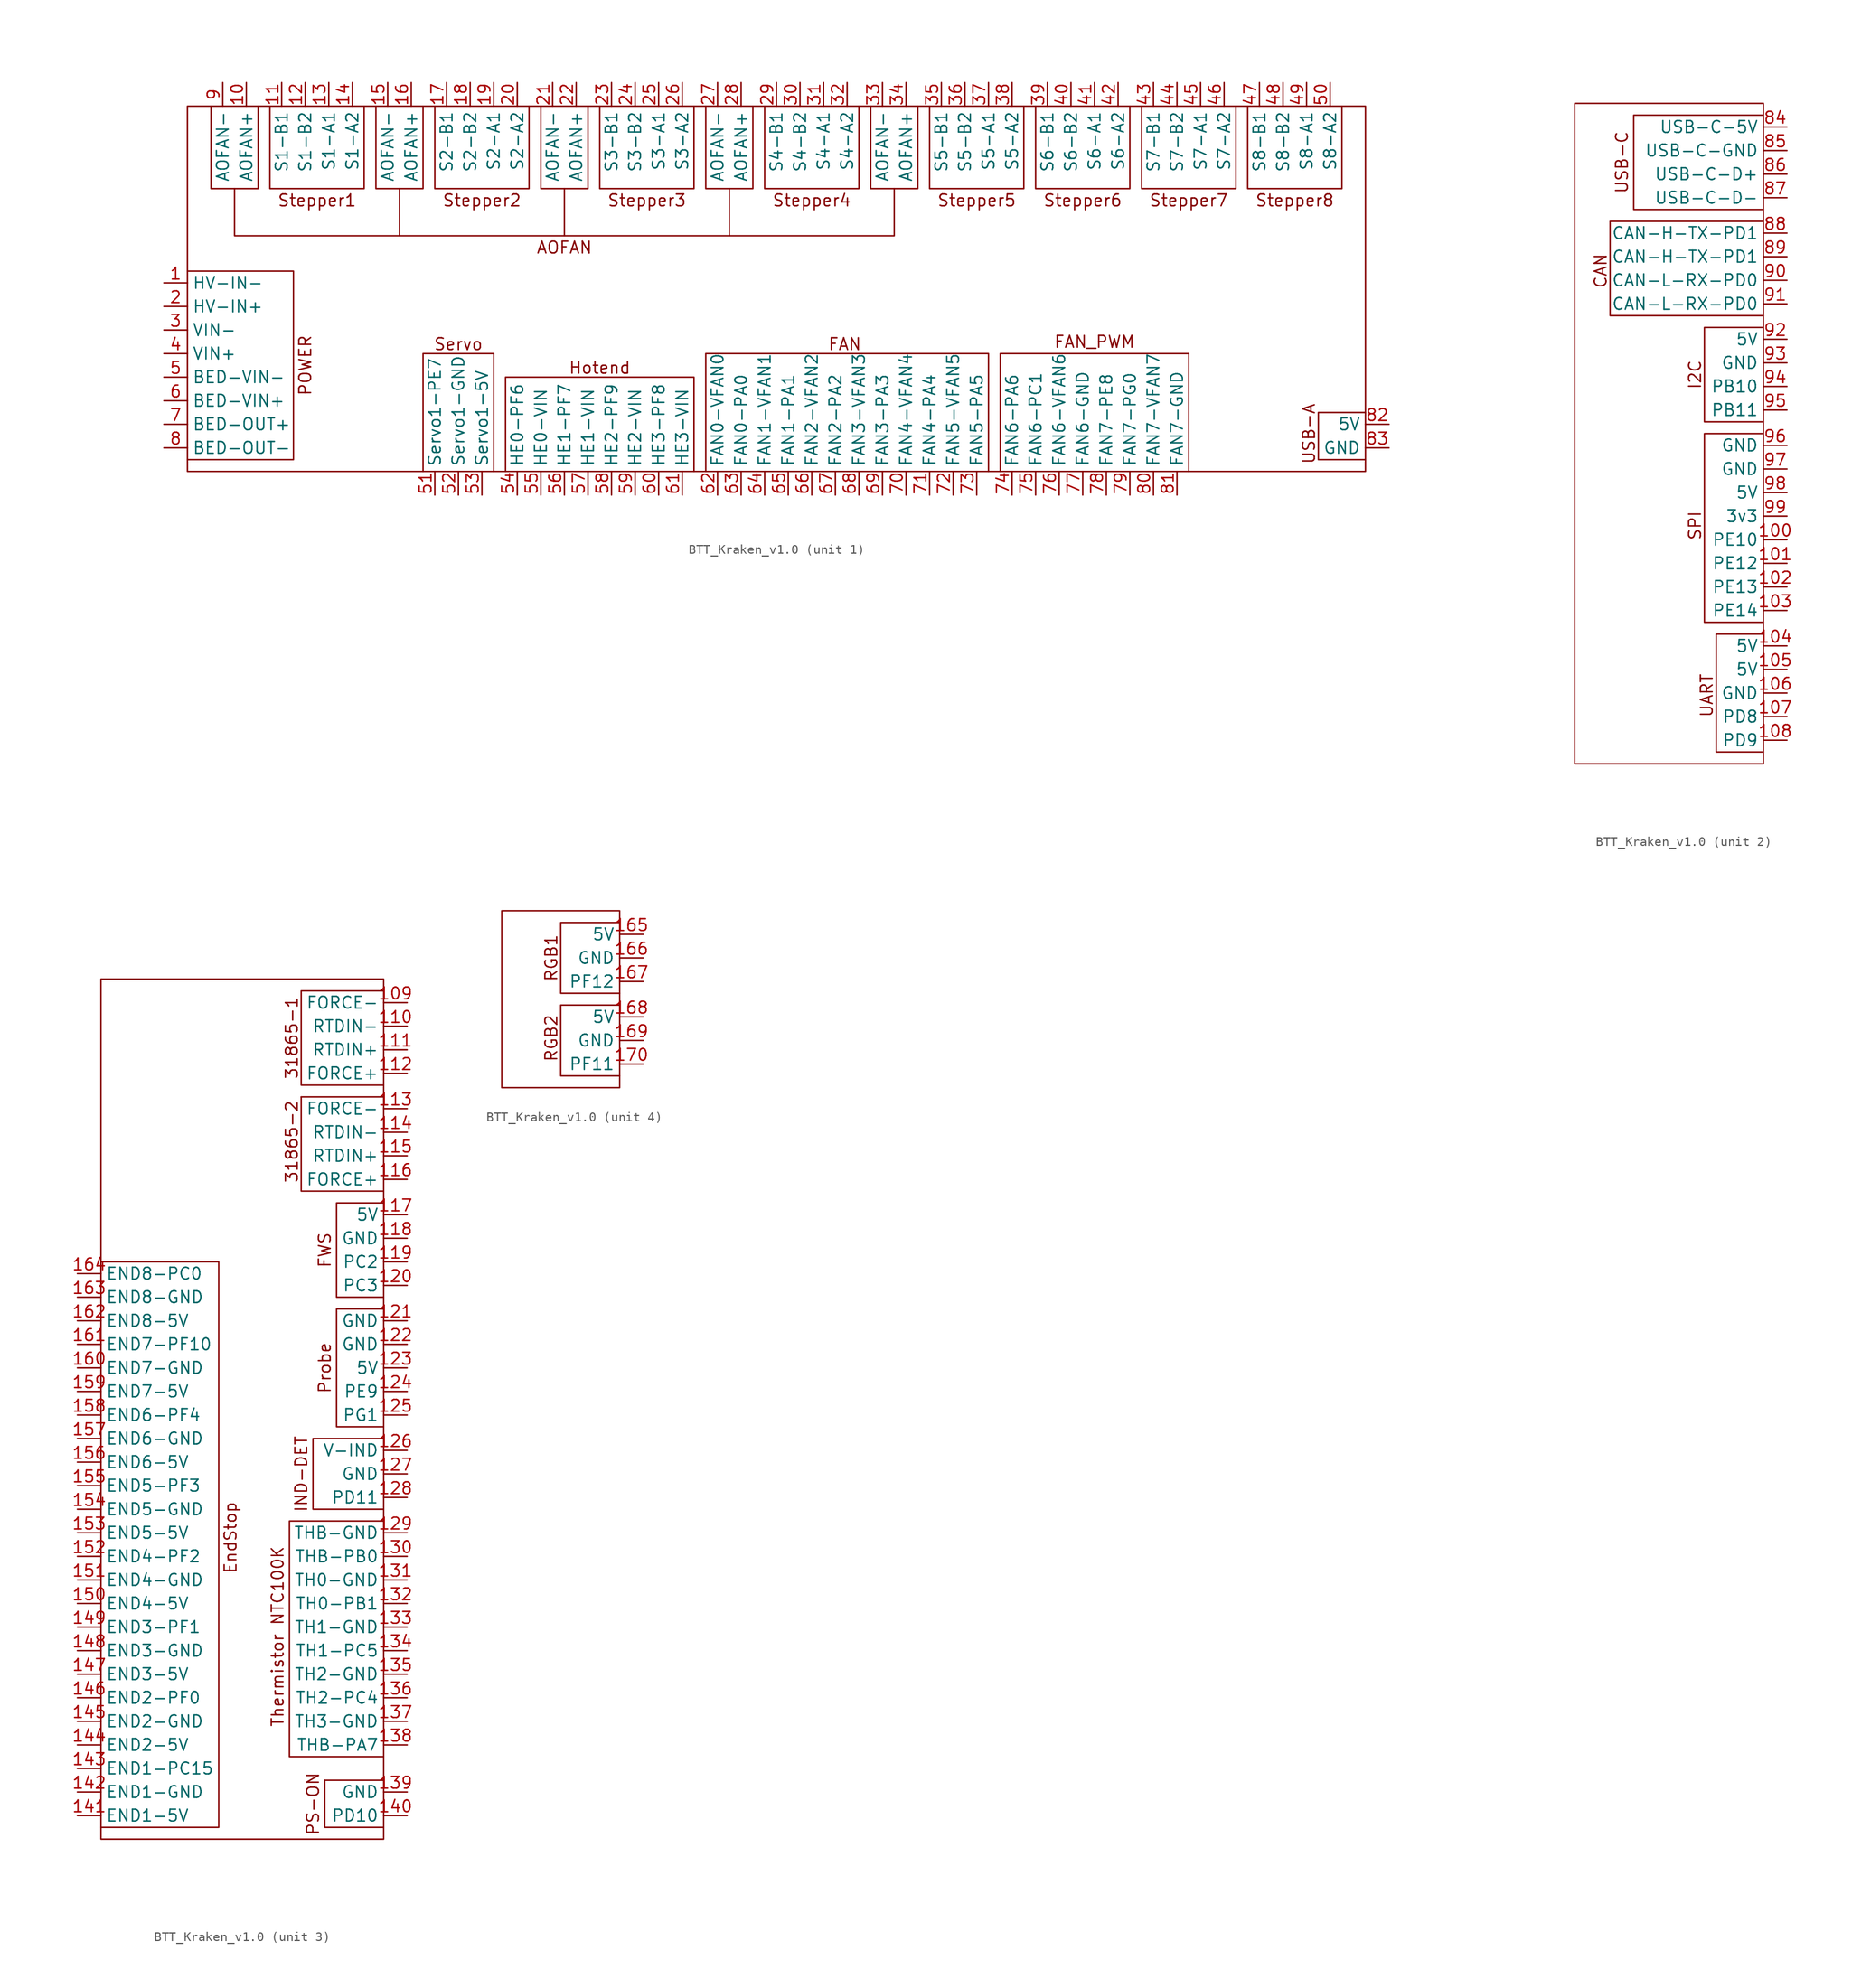
<source format=kicad_sym>
(kicad_symbol_lib
  (version 20241209)
  (generator "kicad_symbol_editor")
  (generator_version "9.0")
  (symbol "BTT_Kraken_v1.0"
    (property "Reference" "KrakenV1.0"
      (at 6.096 -2.032 0)
      (effects (font (size 1.27 1.27)) (hide yes)))
    (property "Value" ""
      (at 0 0 0)
      (effects (font (size 1.27 1.27))))
    (property "ki_locked" ""
      (at 0 0 0)
      (effects (font (size 1.27 1.27))))
    (symbol "BTT_Kraken_v1.0_1_1"
      (rectangle (start -115.57 39.37) (end 11.43 0) (stroke (width 0) (type solid)) (fill (type none)))
      (polyline (pts (xy -115.57 1.27) (xy -104.14 1.27) (xy -104.14 21.59) (xy -115.57 21.59)) (stroke (width 0) (type default)) (fill (type none)))
      (polyline (pts (xy -113.03 39.37) (xy -113.03 30.48) (xy -107.95 30.48) (xy -107.95 39.37)) (stroke (width 0) (type default)) (fill (type none)))
      (polyline (pts (xy -110.49 30.48) (xy -110.49 25.4) (xy -39.37 25.4) (xy -39.37 30.48)) (stroke (width 0) (type default)) (fill (type none)))
      (polyline (pts (xy -106.68 39.37) (xy -106.68 30.48) (xy -96.52 30.48) (xy -96.52 39.37)) (stroke (width 0) (type default)) (fill (type none)))
      (polyline (pts (xy -95.25 39.37) (xy -95.25 30.48) (xy -90.17 30.48) (xy -90.17 39.37)) (stroke (width 0) (type default)) (fill (type none)))
      (polyline (pts (xy -92.71 30.48) (xy -92.71 25.4)) (stroke (width 0) (type default)) (fill (type none)))
      (polyline (pts (xy -88.9 39.37) (xy -88.9 30.48) (xy -78.74 30.48) (xy -78.74 39.37)) (stroke (width 0) (type default)) (fill (type none)))
      (polyline (pts (xy -82.55 0) (xy -82.55 12.7) (xy -90.17 12.7) (xy -90.17 0)) (stroke (width 0) (type default)) (fill (type none)))
      (polyline (pts (xy -81.28 0) (xy -81.28 10.16) (xy -60.96 10.16) (xy -60.96 0)) (stroke (width 0) (type default)) (fill (type none)))
      (polyline (pts (xy -77.47 39.37) (xy -77.47 30.48) (xy -72.39 30.48) (xy -72.39 39.37)) (stroke (width 0) (type default)) (fill (type none)))
      (polyline (pts (xy -74.93 30.48) (xy -74.93 25.4)) (stroke (width 0) (type default)) (fill (type none)))
      (polyline (pts (xy -71.12 39.37) (xy -71.12 30.48) (xy -60.96 30.48) (xy -60.96 39.37)) (stroke (width 0) (type default)) (fill (type none)))
      (polyline (pts (xy -59.69 39.37) (xy -59.69 30.48) (xy -54.61 30.48) (xy -54.61 39.37)) (stroke (width 0) (type default)) (fill (type none)))
      (polyline (pts (xy -59.69 0) (xy -59.69 12.7) (xy -29.21 12.7) (xy -29.21 0)) (stroke (width 0) (type default)) (fill (type none)))
      (polyline (pts (xy -57.15 25.4) (xy -57.15 30.48)) (stroke (width 0) (type default)) (fill (type none)))
      (polyline (pts (xy -53.34 39.37) (xy -53.34 30.48) (xy -43.18 30.48) (xy -43.18 39.37)) (stroke (width 0) (type default)) (fill (type none)))
      (polyline (pts (xy -41.91 39.37) (xy -41.91 30.48) (xy -36.83 30.48) (xy -36.83 39.37)) (stroke (width 0) (type default)) (fill (type none)))
      (polyline (pts (xy -35.56 39.37) (xy -35.56 30.48) (xy -25.4 30.48) (xy -25.4 39.37)) (stroke (width 0) (type default)) (fill (type none)))
      (polyline (pts (xy -27.94 0) (xy -27.94 12.7) (xy -7.62 12.7)) (stroke (width 0) (type default)) (fill (type none)))
      (polyline (pts (xy -24.13 39.37) (xy -24.13 30.48) (xy -13.97 30.48) (xy -13.97 39.37)) (stroke (width 0) (type default)) (fill (type none)))
      (polyline (pts (xy -12.7 39.37) (xy -12.7 30.48) (xy -2.54 30.48) (xy -2.54 39.37)) (stroke (width 0) (type default)) (fill (type none)))
      (polyline (pts (xy -7.62 0) (xy -7.62 12.7)) (stroke (width 0) (type default)) (fill (type none)))
      (polyline (pts (xy -1.27 39.37) (xy -1.27 30.48) (xy 8.89 30.48) (xy 8.89 39.37)) (stroke (width 0) (type default)) (fill (type none)))
      (polyline (pts (xy 11.43 6.35) (xy 6.35 6.35) (xy 6.35 1.27) (xy 11.43 1.27)) (stroke (width 0) (type default)) (fill (type none)))
      (text "POWER" (at -102.87 11.43 900) (effects (font (size 1.27 1.27))))
      (text "Stepper1" (at -101.6 29.21 0) (effects (font (size 1.27 1.27))))
      (text "Servo" (at -86.36 13.716 0) (effects (font (size 1.27 1.27))))
      (text "Stepper2\n" (at -83.82 29.21 0) (effects (font (size 1.27 1.27))))
      (text "AOFAN" (at -74.93 24.13 0) (effects (font (size 1.27 1.27))))
      (text "Hotend" (at -71.12 11.176 0) (effects (font (size 1.27 1.27))))
      (text "Stepper3" (at -66.04 29.21 0) (effects (font (size 1.27 1.27))))
      (text "Stepper4" (at -48.26 29.21 0) (effects (font (size 1.27 1.27))))
      (text "FAN" (at -44.704 13.716 0) (effects (font (size 1.27 1.27))))
      (text "Stepper5" (at -30.48 29.21 0) (effects (font (size 1.27 1.27))))
      (text "Stepper6" (at -19.05 29.21 0) (effects (font (size 1.27 1.27))))
      (text "FAN_PWM" (at -17.78 13.97 0) (effects (font (size 1.27 1.27))))
      (text "Stepper7" (at -7.62 29.21 0) (effects (font (size 1.27 1.27))))
      (text "Stepper8" (at 3.81 29.21 0) (effects (font (size 1.27 1.27))))
      (text "USB-A" (at 5.334 4.064 900) (effects (font (size 1.27 1.27))))
      (pin input line (at -118.11 20.32 0) (length 2.54) (name "HV-IN-" (effects (font (size 1.27 1.27)))) (number "1" (effects (font (size 1.27 1.27)))))
      (pin input line (at -118.11 17.78 0) (length 2.54) (name "HV-IN+" (effects (font (size 1.27 1.27)))) (number "2" (effects (font (size 1.27 1.27)))))
      (pin input line (at -118.11 15.24 0) (length 2.54) (name "VIN-" (effects (font (size 1.27 1.27)))) (number "3" (effects (font (size 1.27 1.27)))))
      (pin input line (at -118.11 12.7 0) (length 2.54) (name "VIN+" (effects (font (size 1.27 1.27)))) (number "4" (effects (font (size 1.27 1.27)))))
      (pin input line (at -118.11 10.16 0) (length 2.54) (name "BED-VIN-" (effects (font (size 1.27 1.27)))) (number "5" (effects (font (size 1.27 1.27)))))
      (pin input line (at -118.11 7.62 0) (length 2.54) (name "BED-VIN+" (effects (font (size 1.27 1.27)))) (number "6" (effects (font (size 1.27 1.27)))))
      (pin input line (at -118.11 5.08 0) (length 2.54) (name "BED-OUT+" (effects (font (size 1.27 1.27)))) (number "7" (effects (font (size 1.27 1.27)))))
      (pin input line (at -118.11 2.54 0) (length 2.54) (name "BED-OUT-" (effects (font (size 1.27 1.27)))) (number "8" (effects (font (size 1.27 1.27)))))
      (pin output line (at -111.76 41.91 270) (length 2.54) (name "AOFAN-" (effects (font (size 1.27 1.27)))) (number "9" (effects (font (size 1.27 1.27)))))
      (pin output line (at -109.22 41.91 270) (length 2.54) (name "AOFAN+" (effects (font (size 1.27 1.27)))) (number "10" (effects (font (size 1.27 1.27)))))
      (pin output line (at -105.41 41.91 270) (length 2.54) (name "S1-B1" (effects (font (size 1.27 1.27)))) (number "11" (effects (font (size 1.27 1.27)))))
      (pin output line (at -102.87 41.91 270) (length 2.54) (name "S1-B2" (effects (font (size 1.27 1.27)))) (number "12" (effects (font (size 1.27 1.27)))))
      (pin output line (at -100.33 41.91 270) (length 2.54) (name "S1-A1" (effects (font (size 1.27 1.27)))) (number "13" (effects (font (size 1.27 1.27)))))
      (pin output line (at -97.79 41.91 270) (length 2.54) (name "S1-A2" (effects (font (size 1.27 1.27)))) (number "14" (effects (font (size 1.27 1.27)))))
      (pin output line (at -93.98 41.91 270) (length 2.54) (name "AOFAN-" (effects (font (size 1.27 1.27)))) (number "15" (effects (font (size 1.27 1.27)))))
      (pin output line (at -91.44 41.91 270) (length 2.54) (name "AOFAN+" (effects (font (size 1.27 1.27)))) (number "16" (effects (font (size 1.27 1.27)))))
      (pin output line (at -88.9 -2.54 90) (length 2.54) (name "Servo1-PE7" (effects (font (size 1.27 1.27)))) (number "51" (effects (font (size 1.27 1.27)))))
      (pin output line (at -87.63 41.91 270) (length 2.54) (name "S2-B1" (effects (font (size 1.27 1.27)))) (number "17" (effects (font (size 1.27 1.27)))))
      (pin output line (at -86.36 -2.54 90) (length 2.54) (name "Servo1-GND" (effects (font (size 1.27 1.27)))) (number "52" (effects (font (size 1.27 1.27)))))
      (pin output line (at -85.09 41.91 270) (length 2.54) (name "S2-B2" (effects (font (size 1.27 1.27)))) (number "18" (effects (font (size 1.27 1.27)))))
      (pin output line (at -83.82 -2.54 90) (length 2.54) (name "Servo1-5V" (effects (font (size 1.27 1.27)))) (number "53" (effects (font (size 1.27 1.27)))))
      (pin output line (at -82.55 41.91 270) (length 2.54) (name "S2-A1" (effects (font (size 1.27 1.27)))) (number "19" (effects (font (size 1.27 1.27)))))
      (pin output line (at -80.01 41.91 270) (length 2.54) (name "S2-A2" (effects (font (size 1.27 1.27)))) (number "20" (effects (font (size 1.27 1.27)))))
      (pin output line (at -80.01 -2.54 90) (length 2.54) (name "HE0-PF6" (effects (font (size 1.27 1.27)))) (number "54" (effects (font (size 1.27 1.27)))))
      (pin output line (at -77.47 -2.54 90) (length 2.54) (name "HE0-VIN" (effects (font (size 1.27 1.27)))) (number "55" (effects (font (size 1.27 1.27)))))
      (pin output line (at -76.2 41.91 270) (length 2.54) (name "AOFAN-" (effects (font (size 1.27 1.27)))) (number "21" (effects (font (size 1.27 1.27)))))
      (pin output line (at -74.93 -2.54 90) (length 2.54) (name "HE1-PF7" (effects (font (size 1.27 1.27)))) (number "56" (effects (font (size 1.27 1.27)))))
      (pin output line (at -73.66 41.91 270) (length 2.54) (name "AOFAN+" (effects (font (size 1.27 1.27)))) (number "22" (effects (font (size 1.27 1.27)))))
      (pin output line (at -72.39 -2.54 90) (length 2.54) (name "HE1-VIN" (effects (font (size 1.27 1.27)))) (number "57" (effects (font (size 1.27 1.27)))))
      (pin output line (at -69.85 41.91 270) (length 2.54) (name "S3-B1" (effects (font (size 1.27 1.27)))) (number "23" (effects (font (size 1.27 1.27)))))
      (pin output line (at -69.85 -2.54 90) (length 2.54) (name "HE2-PF9" (effects (font (size 1.27 1.27)))) (number "58" (effects (font (size 1.27 1.27)))))
      (pin output line (at -67.31 41.91 270) (length 2.54) (name "S3-B2" (effects (font (size 1.27 1.27)))) (number "24" (effects (font (size 1.27 1.27)))))
      (pin output line (at -67.31 -2.54 90) (length 2.54) (name "HE2-VIN" (effects (font (size 1.27 1.27)))) (number "59" (effects (font (size 1.27 1.27)))))
      (pin output line (at -64.77 41.91 270) (length 2.54) (name "S3-A1" (effects (font (size 1.27 1.27)))) (number "25" (effects (font (size 1.27 1.27)))))
      (pin output line (at -64.77 -2.54 90) (length 2.54) (name "HE3-PF8" (effects (font (size 1.27 1.27)))) (number "60" (effects (font (size 1.27 1.27)))))
      (pin output line (at -62.23 41.91 270) (length 2.54) (name "S3-A2" (effects (font (size 1.27 1.27)))) (number "26" (effects (font (size 1.27 1.27)))))
      (pin output line (at -62.23 -2.54 90) (length 2.54) (name "HE3-VIN" (effects (font (size 1.27 1.27)))) (number "61" (effects (font (size 1.27 1.27)))))
      (pin output line (at -58.42 41.91 270) (length 2.54) (name "AOFAN-" (effects (font (size 1.27 1.27)))) (number "27" (effects (font (size 1.27 1.27)))))
      (pin output line (at -58.42 -2.54 90) (length 2.54) (name "FAN0-VFAN0" (effects (font (size 1.27 1.27)))) (number "62" (effects (font (size 1.27 1.27)))))
      (pin output line (at -55.88 41.91 270) (length 2.54) (name "AOFAN+" (effects (font (size 1.27 1.27)))) (number "28" (effects (font (size 1.27 1.27)))))
      (pin output line (at -55.88 -2.54 90) (length 2.54) (name "FAN0-PA0" (effects (font (size 1.27 1.27)))) (number "63" (effects (font (size 1.27 1.27)))))
      (pin output line (at -53.34 -2.54 90) (length 2.54) (name "FAN1-VFAN1" (effects (font (size 1.27 1.27)))) (number "64" (effects (font (size 1.27 1.27)))))
      (pin output line (at -52.07 41.91 270) (length 2.54) (name "S4-B1" (effects (font (size 1.27 1.27)))) (number "29" (effects (font (size 1.27 1.27)))))
      (pin output line (at -50.8 -2.54 90) (length 2.54) (name "FAN1-PA1" (effects (font (size 1.27 1.27)))) (number "65" (effects (font (size 1.27 1.27)))))
      (pin output line (at -49.53 41.91 270) (length 2.54) (name "S4-B2" (effects (font (size 1.27 1.27)))) (number "30" (effects (font (size 1.27 1.27)))))
      (pin output line (at -48.26 -2.54 90) (length 2.54) (name "FAN2-VFAN2" (effects (font (size 1.27 1.27)))) (number "66" (effects (font (size 1.27 1.27)))))
      (pin output line (at -46.99 41.91 270) (length 2.54) (name "S4-A1" (effects (font (size 1.27 1.27)))) (number "31" (effects (font (size 1.27 1.27)))))
      (pin output line (at -45.72 -2.54 90) (length 2.54) (name "FAN2-PA2" (effects (font (size 1.27 1.27)))) (number "67" (effects (font (size 1.27 1.27)))))
      (pin output line (at -44.45 41.91 270) (length 2.54) (name "S4-A2" (effects (font (size 1.27 1.27)))) (number "32" (effects (font (size 1.27 1.27)))))
      (pin output line (at -43.18 -2.54 90) (length 2.54) (name "FAN3-VFAN3" (effects (font (size 1.27 1.27)))) (number "68" (effects (font (size 1.27 1.27)))))
      (pin output line (at -40.64 41.91 270) (length 2.54) (name "AOFAN-" (effects (font (size 1.27 1.27)))) (number "33" (effects (font (size 1.27 1.27)))))
      (pin output line (at -40.64 -2.54 90) (length 2.54) (name "FAN3-PA3" (effects (font (size 1.27 1.27)))) (number "69" (effects (font (size 1.27 1.27)))))
      (pin output line (at -38.1 41.91 270) (length 2.54) (name "AOFAN+" (effects (font (size 1.27 1.27)))) (number "34" (effects (font (size 1.27 1.27)))))
      (pin output line (at -38.1 -2.54 90) (length 2.54) (name "FAN4-VFAN4" (effects (font (size 1.27 1.27)))) (number "70" (effects (font (size 1.27 1.27)))))
      (pin output line (at -35.56 -2.54 90) (length 2.54) (name "FAN4-PA4" (effects (font (size 1.27 1.27)))) (number "71" (effects (font (size 1.27 1.27)))))
      (pin output line (at -34.29 41.91 270) (length 2.54) (name "S5-B1" (effects (font (size 1.27 1.27)))) (number "35" (effects (font (size 1.27 1.27)))))
      (pin output line (at -33.02 -2.54 90) (length 2.54) (name "FAN5-VFAN5" (effects (font (size 1.27 1.27)))) (number "72" (effects (font (size 1.27 1.27)))))
      (pin output line (at -31.75 41.91 270) (length 2.54) (name "S5-B2" (effects (font (size 1.27 1.27)))) (number "36" (effects (font (size 1.27 1.27)))))
      (pin output line (at -30.48 -2.54 90) (length 2.54) (name "FAN5-PA5" (effects (font (size 1.27 1.27)))) (number "73" (effects (font (size 1.27 1.27)))))
      (pin output line (at -29.21 41.91 270) (length 2.54) (name "S5-A1" (effects (font (size 1.27 1.27)))) (number "37" (effects (font (size 1.27 1.27)))))
      (pin output line (at -26.67 41.91 270) (length 2.54) (name "S5-A2" (effects (font (size 1.27 1.27)))) (number "38" (effects (font (size 1.27 1.27)))))
      (pin output line (at -26.67 -2.54 90) (length 2.54) (name "FAN6-PA6" (effects (font (size 1.27 1.27)))) (number "74" (effects (font (size 1.27 1.27)))))
      (pin output line (at -24.13 -2.54 90) (length 2.54) (name "FAN6-PC1" (effects (font (size 1.27 1.27)))) (number "75" (effects (font (size 1.27 1.27)))))
      (pin output line (at -22.86 41.91 270) (length 2.54) (name "S6-B1" (effects (font (size 1.27 1.27)))) (number "39" (effects (font (size 1.27 1.27)))))
      (pin output line (at -21.59 -2.54 90) (length 2.54) (name "FAN6-VFAN6" (effects (font (size 1.27 1.27)))) (number "76" (effects (font (size 1.27 1.27)))))
      (pin output line (at -20.32 41.91 270) (length 2.54) (name "S6-B2" (effects (font (size 1.27 1.27)))) (number "40" (effects (font (size 1.27 1.27)))))
      (pin output line (at -19.05 -2.54 90) (length 2.54) (name "FAN6-GND" (effects (font (size 1.27 1.27)))) (number "77" (effects (font (size 1.27 1.27)))))
      (pin output line (at -17.78 41.91 270) (length 2.54) (name "S6-A1" (effects (font (size 1.27 1.27)))) (number "41" (effects (font (size 1.27 1.27)))))
      (pin output line (at -16.51 -2.54 90) (length 2.54) (name "FAN7-PE8" (effects (font (size 1.27 1.27)))) (number "78" (effects (font (size 1.27 1.27)))))
      (pin output line (at -15.24 41.91 270) (length 2.54) (name "S6-A2" (effects (font (size 1.27 1.27)))) (number "42" (effects (font (size 1.27 1.27)))))
      (pin output line (at -13.97 -2.54 90) (length 2.54) (name "FAN7-PG0" (effects (font (size 1.27 1.27)))) (number "79" (effects (font (size 1.27 1.27)))))
      (pin output line (at -11.43 41.91 270) (length 2.54) (name "S7-B1" (effects (font (size 1.27 1.27)))) (number "43" (effects (font (size 1.27 1.27)))))
      (pin output line (at -11.43 -2.54 90) (length 2.54) (name "FAN7-VFAN7" (effects (font (size 1.27 1.27)))) (number "80" (effects (font (size 1.27 1.27)))))
      (pin output line (at -8.89 41.91 270) (length 2.54) (name "S7-B2" (effects (font (size 1.27 1.27)))) (number "44" (effects (font (size 1.27 1.27)))))
      (pin output line (at -8.89 -2.54 90) (length 2.54) (name "FAN7-GND" (effects (font (size 1.27 1.27)))) (number "81" (effects (font (size 1.27 1.27)))))
      (pin output line (at -6.35 41.91 270) (length 2.54) (name "S7-A1" (effects (font (size 1.27 1.27)))) (number "45" (effects (font (size 1.27 1.27)))))
      (pin output line (at -3.81 41.91 270) (length 2.54) (name "S7-A2" (effects (font (size 1.27 1.27)))) (number "46" (effects (font (size 1.27 1.27)))))
      (pin output line (at 0 41.91 270) (length 2.54) (name "S8-B1" (effects (font (size 1.27 1.27)))) (number "47" (effects (font (size 1.27 1.27)))))
      (pin output line (at 2.54 41.91 270) (length 2.54) (name "S8-B2" (effects (font (size 1.27 1.27)))) (number "48" (effects (font (size 1.27 1.27)))))
      (pin output line (at 5.08 41.91 270) (length 2.54) (name "S8-A1" (effects (font (size 1.27 1.27)))) (number "49" (effects (font (size 1.27 1.27)))))
      (pin output line (at 7.62 41.91 270) (length 2.54) (name "S8-A2" (effects (font (size 1.27 1.27)))) (number "50" (effects (font (size 1.27 1.27)))))
      (pin output line (at 13.97 5.08 180) (length 2.54) (name "5V" (effects (font (size 1.27 1.27)))) (number "82" (effects (font (size 1.27 1.27)))))
      (pin output line (at 13.97 2.54 180) (length 2.54) (name "GND" (effects (font (size 1.27 1.27)))) (number "83" (effects (font (size 1.27 1.27))))))
    (symbol "BTT_Kraken_v1.0_2_1"
      (rectangle (start -8.89 71.12) (end 11.43 0) (stroke (width 0) (type default)) (fill (type none)))
      (polyline (pts (xy 11.43 69.85) (xy -2.54 69.85) (xy -2.54 59.69) (xy 11.43 59.69)) (stroke (width 0) (type default)) (fill (type none)))
      (polyline (pts (xy 11.43 58.42) (xy -5.08 58.42) (xy -5.08 48.26) (xy 11.43 48.26)) (stroke (width 0) (type default)) (fill (type none)))
      (polyline (pts (xy 11.43 46.99) (xy 5.08 46.99) (xy 5.08 36.83) (xy 11.43 36.83)) (stroke (width 0) (type default)) (fill (type none)))
      (polyline (pts (xy 11.43 15.24) (xy 5.08 15.24) (xy 5.08 35.56) (xy 11.43 35.56)) (stroke (width 0) (type default)) (fill (type none)))
      (polyline (pts (xy 11.43 13.97) (xy 6.35 13.97) (xy 6.35 1.27) (xy 11.43 1.27)) (stroke (width 0) (type default)) (fill (type none)))
      (text "CAN" (at -6.096 53.086 900) (effects (font (size 1.27 1.27))))
      (text "USB-C" (at -3.81 64.77 900) (effects (font (size 1.27 1.27))))
      (text "I2C" (at 4.064 41.91 900) (effects (font (size 1.27 1.27))))
      (text "SPI" (at 4.064 25.654 900) (effects (font (size 1.27 1.27))))
      (text "UART" (at 5.334 7.366 900) (effects (font (size 1.27 1.27))))
      (pin input line (at 13.97 68.58 180) (length 2.54) (name "USB-C-5V" (effects (font (size 1.27 1.27)))) (number "84" (effects (font (size 1.27 1.27)))))
      (pin input line (at 13.97 66.04 180) (length 2.54) (name "USB-C-GND" (effects (font (size 1.27 1.27)))) (number "85" (effects (font (size 1.27 1.27)))))
      (pin input line (at 13.97 63.5 180) (length 2.54) (name "USB-C-D+" (effects (font (size 1.27 1.27)))) (number "86" (effects (font (size 1.27 1.27)))))
      (pin input line (at 13.97 60.96 180) (length 2.54) (name "USB-C-D-" (effects (font (size 1.27 1.27)))) (number "87" (effects (font (size 1.27 1.27)))))
      (pin output line (at 13.97 57.15 180) (length 2.54) (name "CAN-H-TX-PD1" (effects (font (size 1.27 1.27)))) (number "88" (effects (font (size 1.27 1.27)))))
      (pin output line (at 13.97 54.61 180) (length 2.54) (name "CAN-H-TX-PD1" (effects (font (size 1.27 1.27)))) (number "89" (effects (font (size 1.27 1.27)))))
      (pin input line (at 13.97 52.07 180) (length 2.54) (name "CAN-L-RX-PD0" (effects (font (size 1.27 1.27)))) (number "90" (effects (font (size 1.27 1.27)))))
      (pin input line (at 13.97 49.53 180) (length 2.54) (name "CAN-L-RX-PD0" (effects (font (size 1.27 1.27)))) (number "91" (effects (font (size 1.27 1.27)))))
      (pin output line (at 13.97 45.72 180) (length 2.54) (name "5V" (effects (font (size 1.27 1.27)))) (number "92" (effects (font (size 1.27 1.27)))))
      (pin output line (at 13.97 43.18 180) (length 2.54) (name "GND" (effects (font (size 1.27 1.27)))) (number "93" (effects (font (size 1.27 1.27)))))
      (pin bidirectional line (at 13.97 40.64 180) (length 2.54) (name "PB10" (effects (font (size 1.27 1.27)))) (number "94" (effects (font (size 1.27 1.27)))))
      (pin bidirectional line (at 13.97 38.1 180) (length 2.54) (name "PB11" (effects (font (size 1.27 1.27)))) (number "95" (effects (font (size 1.27 1.27)))))
      (pin output line (at 13.97 34.29 180) (length 2.54) (name "GND" (effects (font (size 1.27 1.27)))) (number "96" (effects (font (size 1.27 1.27)))))
      (pin output line (at 13.97 31.75 180) (length 2.54) (name "GND" (effects (font (size 1.27 1.27)))) (number "97" (effects (font (size 1.27 1.27)))))
      (pin output line (at 13.97 29.21 180) (length 2.54) (name "5V" (effects (font (size 1.27 1.27)))) (number "98" (effects (font (size 1.27 1.27)))))
      (pin output line (at 13.97 26.67 180) (length 2.54) (name "3v3" (effects (font (size 1.27 1.27)))) (number "99" (effects (font (size 1.27 1.27)))))
      (pin output line (at 13.97 24.13 180) (length 2.54) (name "PE10" (effects (font (size 1.27 1.27)))) (number "100" (effects (font (size 1.27 1.27)))))
      (pin output line (at 13.97 21.59 180) (length 2.54) (name "PE12" (effects (font (size 1.27 1.27)))) (number "101" (effects (font (size 1.27 1.27)))))
      (pin output line (at 13.97 19.05 180) (length 2.54) (name "PE13" (effects (font (size 1.27 1.27)))) (number "102" (effects (font (size 1.27 1.27)))))
      (pin output line (at 13.97 16.51 180) (length 2.54) (name "PE14" (effects (font (size 1.27 1.27)))) (number "103" (effects (font (size 1.27 1.27)))))
      (pin output line (at 13.97 12.7 180) (length 2.54) (name "5V" (effects (font (size 1.27 1.27)))) (number "104" (effects (font (size 1.27 1.27)))))
      (pin output line (at 13.97 10.16 180) (length 2.54) (name "5V" (effects (font (size 1.27 1.27)))) (number "105" (effects (font (size 1.27 1.27)))))
      (pin output line (at 13.97 7.62 180) (length 2.54) (name "GND" (effects (font (size 1.27 1.27)))) (number "106" (effects (font (size 1.27 1.27)))))
      (pin output line (at 13.97 5.08 180) (length 2.54) (name "PD8" (effects (font (size 1.27 1.27)))) (number "107" (effects (font (size 1.27 1.27)))))
      (pin output line (at 13.97 2.54 180) (length 2.54) (name "PD9" (effects (font (size 1.27 1.27)))) (number "108" (effects (font (size 1.27 1.27))))))
    (symbol "BTT_Kraken_v1.0_3_1"
      (rectangle (start -19.05 92.71) (end 11.43 0) (stroke (width 0) (type default)) (fill (type none)))
      (polyline (pts (xy -19.05 1.27) (xy -6.35 1.27) (xy -6.35 62.23) (xy -19.05 62.23)) (stroke (width 0) (type default)) (fill (type none)))
      (polyline (pts (xy 2.54 80.01) (xy 2.54 69.85) (xy 11.43 69.85)) (stroke (width 0) (type default)) (fill (type none)))
      (polyline (pts (xy 5.08 6.35) (xy 5.08 1.27) (xy 11.43 1.27)) (stroke (width 0) (type default)) (fill (type none)))
      (polyline (pts (xy 11.43 91.44) (xy 2.54 91.44) (xy 2.54 81.28) (xy 11.43 81.28)) (stroke (width 0) (type default)) (fill (type none)))
      (polyline (pts (xy 11.43 80.01) (xy 2.54 80.01)) (stroke (width 0) (type default)) (fill (type none)))
      (polyline (pts (xy 11.43 68.58) (xy 6.35 68.58) (xy 6.35 58.42) (xy 11.43 58.42)) (stroke (width 0) (type default)) (fill (type none)))
      (polyline (pts (xy 11.43 57.15) (xy 6.35 57.15) (xy 6.35 44.45) (xy 11.43 44.45)) (stroke (width 0) (type default)) (fill (type none)))
      (polyline (pts (xy 11.43 43.18) (xy 3.81 43.18) (xy 3.81 35.56) (xy 11.43 35.56)) (stroke (width 0) (type default)) (fill (type none)))
      (polyline (pts (xy 11.43 34.29) (xy 1.27 34.29) (xy 1.27 8.89) (xy 11.43 8.89)) (stroke (width 0) (type default)) (fill (type none)))
      (polyline (pts (xy 11.43 6.35) (xy 5.08 6.35)) (stroke (width 0) (type default)) (fill (type none)))
      (text "EndStop" (at -5.08 32.512 900) (effects (font (size 1.27 1.27))))
      (text "Thermistor NTC100K" (at 0 21.844 900) (effects (font (size 1.27 1.27))))
      (text "31865-1" (at 1.524 86.36 900) (effects (font (size 1.27 1.27))))
      (text "31865-2" (at 1.524 75.184 900) (effects (font (size 1.27 1.27))))
      (text "IND-DET" (at 2.54 39.37 900) (effects (font (size 1.27 1.27))))
      (text "PS-ON" (at 3.81 3.81 900) (effects (font (size 1.27 1.27))))
      (text "FWS" (at 5.08 63.5 900) (effects (font (size 1.27 1.27))))
      (text "Probe" (at 5.08 50.8 900) (effects (font (size 1.27 1.27))))
      (pin input line (at -21.59 60.96 0) (length 2.54) (name "END8-PC0" (effects (font (size 1.27 1.27)))) (number "164" (effects (font (size 1.27 1.27)))))
      (pin output line (at -21.59 58.42 0) (length 2.54) (name "END8-GND" (effects (font (size 1.27 1.27)))) (number "163" (effects (font (size 1.27 1.27)))))
      (pin output line (at -21.59 55.88 0) (length 2.54) (name "END8-5V" (effects (font (size 1.27 1.27)))) (number "162" (effects (font (size 1.27 1.27)))))
      (pin input line (at -21.59 53.34 0) (length 2.54) (name "END7-PF10" (effects (font (size 1.27 1.27)))) (number "161" (effects (font (size 1.27 1.27)))))
      (pin output line (at -21.59 50.8 0) (length 2.54) (name "END7-GND" (effects (font (size 1.27 1.27)))) (number "160" (effects (font (size 1.27 1.27)))))
      (pin output line (at -21.59 48.26 0) (length 2.54) (name "END7-5V" (effects (font (size 1.27 1.27)))) (number "159" (effects (font (size 1.27 1.27)))))
      (pin input line (at -21.59 45.72 0) (length 2.54) (name "END6-PF4" (effects (font (size 1.27 1.27)))) (number "158" (effects (font (size 1.27 1.27)))))
      (pin output line (at -21.59 43.18 0) (length 2.54) (name "END6-GND" (effects (font (size 1.27 1.27)))) (number "157" (effects (font (size 1.27 1.27)))))
      (pin output line (at -21.59 40.64 0) (length 2.54) (name "END6-5V" (effects (font (size 1.27 1.27)))) (number "156" (effects (font (size 1.27 1.27)))))
      (pin input line (at -21.59 38.1 0) (length 2.54) (name "END5-PF3" (effects (font (size 1.27 1.27)))) (number "155" (effects (font (size 1.27 1.27)))))
      (pin output line (at -21.59 35.56 0) (length 2.54) (name "END5-GND" (effects (font (size 1.27 1.27)))) (number "154" (effects (font (size 1.27 1.27)))))
      (pin output line (at -21.59 33.02 0) (length 2.54) (name "END5-5V" (effects (font (size 1.27 1.27)))) (number "153" (effects (font (size 1.27 1.27)))))
      (pin input line (at -21.59 30.48 0) (length 2.54) (name "END4-PF2" (effects (font (size 1.27 1.27)))) (number "152" (effects (font (size 1.27 1.27)))))
      (pin output line (at -21.59 27.94 0) (length 2.54) (name "END4-GND" (effects (font (size 1.27 1.27)))) (number "151" (effects (font (size 1.27 1.27)))))
      (pin output line (at -21.59 25.4 0) (length 2.54) (name "END4-5V" (effects (font (size 1.27 1.27)))) (number "150" (effects (font (size 1.27 1.27)))))
      (pin input line (at -21.59 22.86 0) (length 2.54) (name "END3-PF1" (effects (font (size 1.27 1.27)))) (number "149" (effects (font (size 1.27 1.27)))))
      (pin output line (at -21.59 20.32 0) (length 2.54) (name "END3-GND" (effects (font (size 1.27 1.27)))) (number "148" (effects (font (size 1.27 1.27)))))
      (pin output line (at -21.59 17.78 0) (length 2.54) (name "END3-5V" (effects (font (size 1.27 1.27)))) (number "147" (effects (font (size 1.27 1.27)))))
      (pin input line (at -21.59 15.24 0) (length 2.54) (name "END2-PF0" (effects (font (size 1.27 1.27)))) (number "146" (effects (font (size 1.27 1.27)))))
      (pin output line (at -21.59 12.7 0) (length 2.54) (name "END2-GND" (effects (font (size 1.27 1.27)))) (number "145" (effects (font (size 1.27 1.27)))))
      (pin output line (at -21.59 10.16 0) (length 2.54) (name "END2-5V" (effects (font (size 1.27 1.27)))) (number "144" (effects (font (size 1.27 1.27)))))
      (pin input line (at -21.59 7.62 0) (length 2.54) (name "END1-PC15" (effects (font (size 1.27 1.27)))) (number "143" (effects (font (size 1.27 1.27)))))
      (pin output line (at -21.59 5.08 0) (length 2.54) (name "END1-GND" (effects (font (size 1.27 1.27)))) (number "142" (effects (font (size 1.27 1.27)))))
      (pin output line (at -21.59 2.54 0) (length 2.54) (name "END1-5V" (effects (font (size 1.27 1.27)))) (number "141" (effects (font (size 1.27 1.27)))))
      (pin input line (at 13.97 90.17 180) (length 2.54) (name "FORCE-" (effects (font (size 1.27 1.27)))) (number "109" (effects (font (size 1.27 1.27)))))
      (pin input line (at 13.97 87.63 180) (length 2.54) (name "RTDIN-" (effects (font (size 1.27 1.27)))) (number "110" (effects (font (size 1.27 1.27)))))
      (pin input line (at 13.97 85.09 180) (length 2.54) (name "RTDIN+" (effects (font (size 1.27 1.27)))) (number "111" (effects (font (size 1.27 1.27)))))
      (pin input line (at 13.97 82.55 180) (length 2.54) (name "FORCE+" (effects (font (size 1.27 1.27)))) (number "112" (effects (font (size 1.27 1.27)))))
      (pin input line (at 13.97 78.74 180) (length 2.54) (name "FORCE-" (effects (font (size 1.27 1.27)))) (number "113" (effects (font (size 1.27 1.27)))))
      (pin input line (at 13.97 76.2 180) (length 2.54) (name "RTDIN-" (effects (font (size 1.27 1.27)))) (number "114" (effects (font (size 1.27 1.27)))))
      (pin input line (at 13.97 73.66 180) (length 2.54) (name "RTDIN+" (effects (font (size 1.27 1.27)))) (number "115" (effects (font (size 1.27 1.27)))))
      (pin input line (at 13.97 71.12 180) (length 2.54) (name "FORCE+" (effects (font (size 1.27 1.27)))) (number "116" (effects (font (size 1.27 1.27)))))
      (pin output line (at 13.97 67.31 180) (length 2.54) (name "5V" (effects (font (size 1.27 1.27)))) (number "117" (effects (font (size 1.27 1.27)))))
      (pin output line (at 13.97 64.77 180) (length 2.54) (name "GND" (effects (font (size 1.27 1.27)))) (number "118" (effects (font (size 1.27 1.27)))))
      (pin input line (at 13.97 62.23 180) (length 2.54) (name "PC2" (effects (font (size 1.27 1.27)))) (number "119" (effects (font (size 1.27 1.27)))))
      (pin input line (at 13.97 59.69 180) (length 2.54) (name "PC3" (effects (font (size 1.27 1.27)))) (number "120" (effects (font (size 1.27 1.27)))))
      (pin output line (at 13.97 55.88 180) (length 2.54) (name "GND" (effects (font (size 1.27 1.27)))) (number "121" (effects (font (size 1.27 1.27)))))
      (pin output line (at 13.97 53.34 180) (length 2.54) (name "GND" (effects (font (size 1.27 1.27)))) (number "122" (effects (font (size 1.27 1.27)))))
      (pin output line (at 13.97 50.8 180) (length 2.54) (name "5V" (effects (font (size 1.27 1.27)))) (number "123" (effects (font (size 1.27 1.27)))))
      (pin input line (at 13.97 48.26 180) (length 2.54) (name "PE9" (effects (font (size 1.27 1.27)))) (number "124" (effects (font (size 1.27 1.27)))))
      (pin input line (at 13.97 45.72 180) (length 2.54) (name "PG1" (effects (font (size 1.27 1.27)))) (number "125" (effects (font (size 1.27 1.27)))))
      (pin output line (at 13.97 41.91 180) (length 2.54) (name "V-IND" (effects (font (size 1.27 1.27)))) (number "126" (effects (font (size 1.27 1.27)))))
      (pin output line (at 13.97 39.37 180) (length 2.54) (name "GND" (effects (font (size 1.27 1.27)))) (number "127" (effects (font (size 1.27 1.27)))))
      (pin input line (at 13.97 36.83 180) (length 2.54) (name "PD11" (effects (font (size 1.27 1.27)))) (number "128" (effects (font (size 1.27 1.27)))))
      (pin output line (at 13.97 33.02 180) (length 2.54) (name "THB-GND" (effects (font (size 1.27 1.27)))) (number "129" (effects (font (size 1.27 1.27)))))
      (pin input line (at 13.97 30.48 180) (length 2.54) (name "THB-PB0" (effects (font (size 1.27 1.27)))) (number "130" (effects (font (size 1.27 1.27)))))
      (pin output line (at 13.97 27.94 180) (length 2.54) (name "TH0-GND" (effects (font (size 1.27 1.27)))) (number "131" (effects (font (size 1.27 1.27)))))
      (pin input line (at 13.97 25.4 180) (length 2.54) (name "TH0-PB1" (effects (font (size 1.27 1.27)))) (number "132" (effects (font (size 1.27 1.27)))))
      (pin output line (at 13.97 22.86 180) (length 2.54) (name "TH1-GND" (effects (font (size 1.27 1.27)))) (number "133" (effects (font (size 1.27 1.27)))))
      (pin input line (at 13.97 20.32 180) (length 2.54) (name "TH1-PC5" (effects (font (size 1.27 1.27)))) (number "134" (effects (font (size 1.27 1.27)))))
      (pin output line (at 13.97 17.78 180) (length 2.54) (name "TH2-GND" (effects (font (size 1.27 1.27)))) (number "135" (effects (font (size 1.27 1.27)))))
      (pin input line (at 13.97 15.24 180) (length 2.54) (name "TH2-PC4" (effects (font (size 1.27 1.27)))) (number "136" (effects (font (size 1.27 1.27)))))
      (pin output line (at 13.97 12.7 180) (length 2.54) (name "TH3-GND" (effects (font (size 1.27 1.27)))) (number "137" (effects (font (size 1.27 1.27)))))
      (pin input line (at 13.97 10.16 180) (length 2.54) (name "THB-PA7" (effects (font (size 1.27 1.27)))) (number "138" (effects (font (size 1.27 1.27)))))
      (pin output line (at 13.97 5.08 180) (length 2.54) (name "GND" (effects (font (size 1.27 1.27)))) (number "139" (effects (font (size 1.27 1.27)))))
      (pin input line (at 13.97 2.54 180) (length 2.54) (name "PD10" (effects (font (size 1.27 1.27)))) (number "140" (effects (font (size 1.27 1.27))))))
    (symbol "BTT_Kraken_v1.0_4_1"
      (rectangle (start 0 19.05) (end 12.7 0) (stroke (width 0) (type default)) (fill (type none)))
      (polyline (pts (xy 12.7 10.16) (xy 6.35 10.16) (xy 6.35 17.78) (xy 12.7 17.78)) (stroke (width 0) (type default)) (fill (type none)))
      (polyline (pts (xy 12.7 8.89) (xy 6.35 8.89) (xy 6.35 1.27) (xy 12.7 1.27)) (stroke (width 0) (type default)) (fill (type none)))
      (text "RGB1" (at 5.334 13.97 900) (effects (font (size 1.27 1.27))))
      (text "RGB2" (at 5.334 5.334 900) (effects (font (size 1.27 1.27))))
      (pin output line (at 15.24 16.51 180) (length 2.54) (name "5V" (effects (font (size 1.27 1.27)))) (number "165" (effects (font (size 1.27 1.27)))))
      (pin output line (at 15.24 13.97 180) (length 2.54) (name "GND" (effects (font (size 1.27 1.27)))) (number "166" (effects (font (size 1.27 1.27)))))
      (pin output line (at 15.24 11.43 180) (length 2.54) (name "PF12" (effects (font (size 1.27 1.27)))) (number "167" (effects (font (size 1.27 1.27)))))
      (pin output line (at 15.24 7.62 180) (length 2.54) (name "5V" (effects (font (size 1.27 1.27)))) (number "168" (effects (font (size 1.27 1.27)))))
      (pin output line (at 15.24 5.08 180) (length 2.54) (name "GND" (effects (font (size 1.27 1.27)))) (number "169" (effects (font (size 1.27 1.27)))))
      (pin output line (at 15.24 2.54 180) (length 2.54) (name "PF11" (effects (font (size 1.27 1.27)))) (number "170" (effects (font (size 1.27 1.27))))))))
</source>
